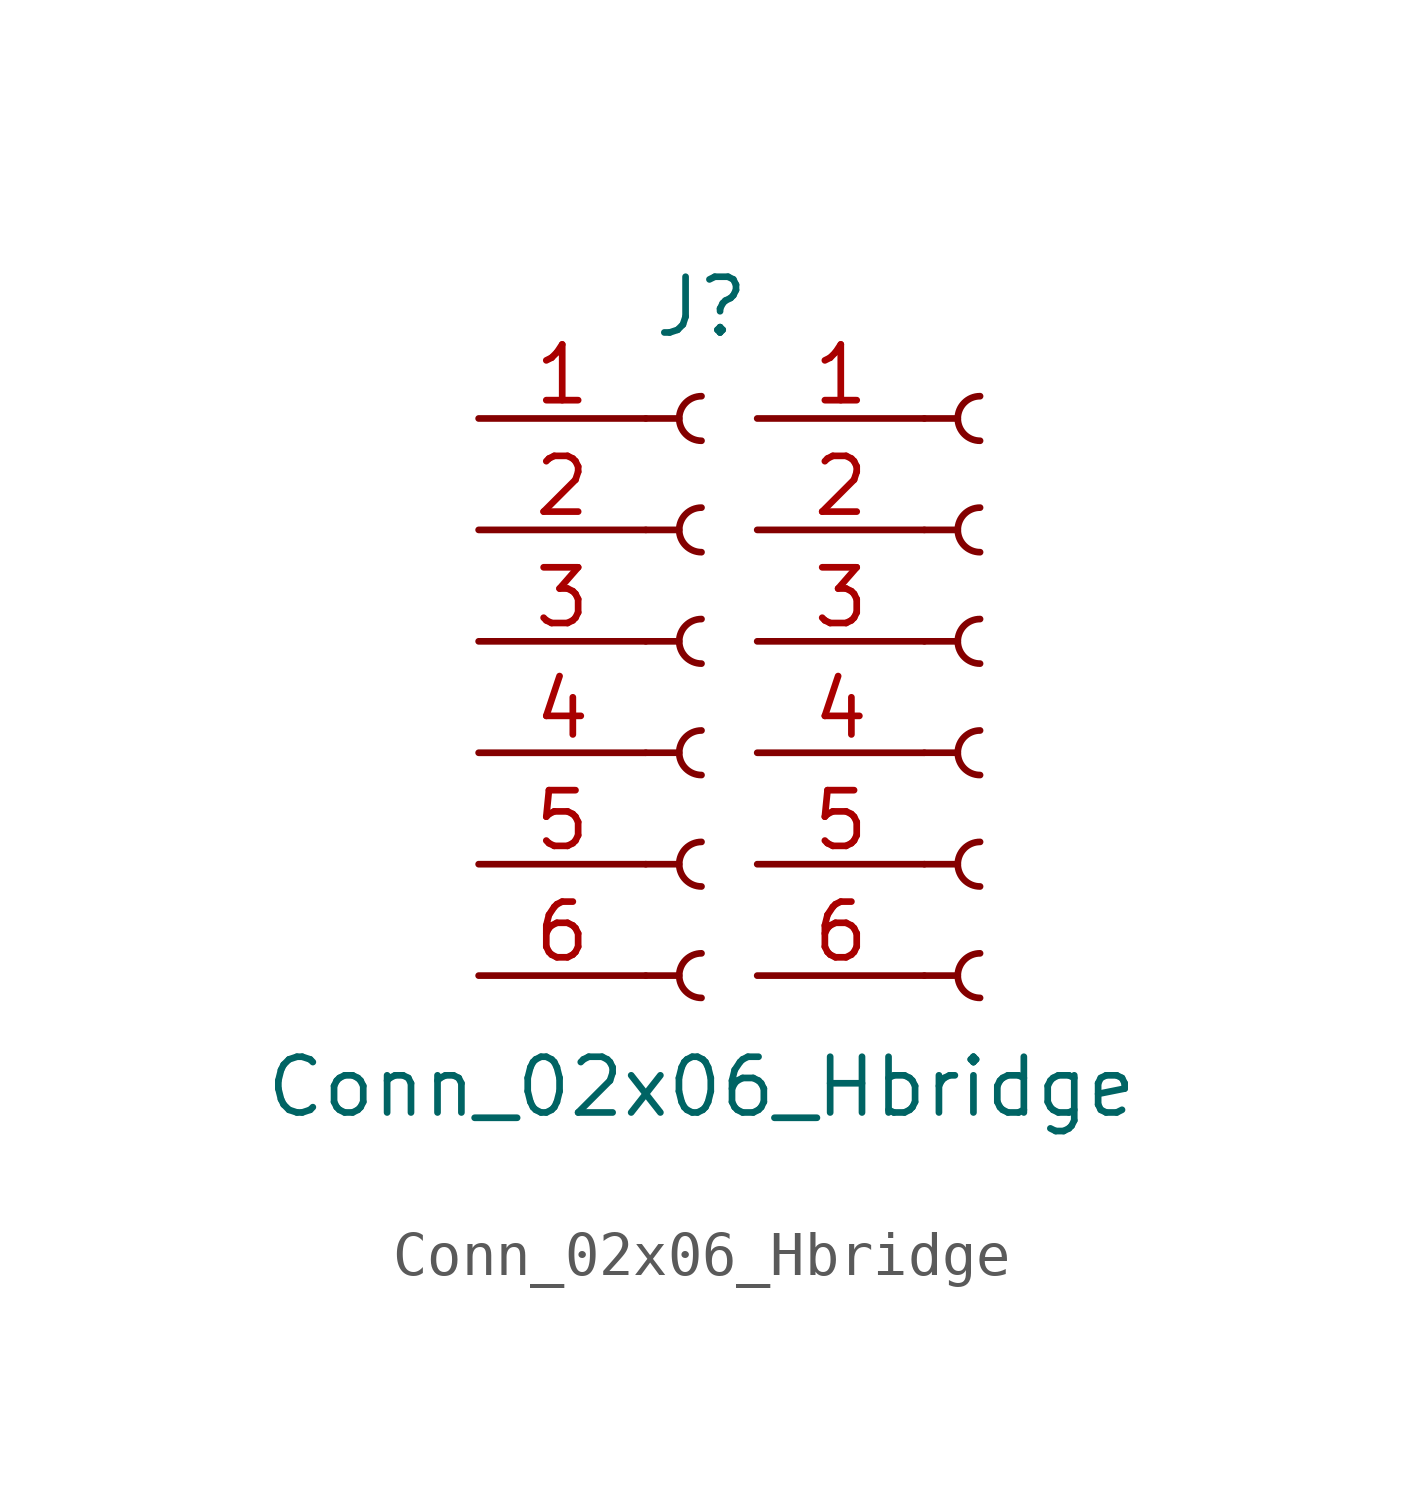
<source format=kicad_sym>
(kicad_symbol_lib
  (version 20211014)
  (generator kicad_symbol_editor)
  (symbol "Conn_02x06_Hbridge"
    (pin_names
      (offset 1.016) hide)
    (property "Reference" "J"
      (at 0 7.62 0)
      (effects (font (size 1.27 1.27))))
    (property "Value" "Conn_02x06_Hbridge"
      (at 0 -10.16 0)
      (effects (font (size 1.27 1.27))))
    (symbol "Conn_02x06_Hbridge_1_1"
      (arc (start 0 -7.112) (mid -0.508 -7.62) (end 0 -8.128) (stroke (width 0.1524) (type default) (color 0 0 0 0)) (fill (type none)))
      (arc (start 0 -4.572) (mid -0.508 -5.08) (end 0 -5.588) (stroke (width 0.1524) (type default) (color 0 0 0 0)) (fill (type none)))
      (arc (start 0 -2.032) (mid -0.508 -2.54) (end 0 -3.048) (stroke (width 0.1524) (type default) (color 0 0 0 0)) (fill (type none)))
      (polyline (pts (xy -1.27 -7.62) (xy -0.508 -7.62)) (stroke (width 0.152) (type default) (color 0 0 0 0)) (fill (type none)))
      (polyline (pts (xy -1.27 -5.08) (xy -0.508 -5.08)) (stroke (width 0.152) (type default) (color 0 0 0 0)) (fill (type none)))
      (polyline (pts (xy -1.27 -2.54) (xy -0.508 -2.54)) (stroke (width 0.152) (type default) (color 0 0 0 0)) (fill (type none)))
      (polyline (pts (xy -1.27 0) (xy -0.508 0)) (stroke (width 0.152) (type default) (color 0 0 0 0)) (fill (type none)))
      (polyline (pts (xy -1.27 2.54) (xy -0.508 2.54)) (stroke (width 0.152) (type default) (color 0 0 0 0)) (fill (type none)))
      (polyline (pts (xy -1.27 5.08) (xy -0.508 5.08)) (stroke (width 0.152) (type default) (color 0 0 0 0)) (fill (type none)))
      (polyline (pts (xy 5.08 -7.62) (xy 5.842 -7.62)) (stroke (width 0.152) (type default) (color 0 0 0 0)) (fill (type none)))
      (polyline (pts (xy 5.08 -5.08) (xy 5.842 -5.08)) (stroke (width 0.152) (type default) (color 0 0 0 0)) (fill (type none)))
      (polyline (pts (xy 5.08 -2.54) (xy 5.842 -2.54)) (stroke (width 0.152) (type default) (color 0 0 0 0)) (fill (type none)))
      (polyline (pts (xy 5.08 0) (xy 5.842 0)) (stroke (width 0.152) (type default) (color 0 0 0 0)) (fill (type none)))
      (polyline (pts (xy 5.08 2.54) (xy 5.842 2.54)) (stroke (width 0.152) (type default) (color 0 0 0 0)) (fill (type none)))
      (polyline (pts (xy 5.08 5.08) (xy 5.842 5.08)) (stroke (width 0.152) (type default) (color 0 0 0 0)) (fill (type none)))
      (arc (start 0 0.508) (mid -0.508 0) (end 0 -0.508) (stroke (width 0.1524) (type default) (color 0 0 0 0)) (fill (type none)))
      (arc (start 0 3.048) (mid -0.508 2.54) (end 0 2.032) (stroke (width 0.1524) (type default) (color 0 0 0 0)) (fill (type none)))
      (arc (start 0 5.588) (mid -0.508 5.08) (end 0 4.572) (stroke (width 0.1524) (type default) (color 0 0 0 0)) (fill (type none)))
      (arc (start 6.35 -7.112) (mid 5.842 -7.62) (end 6.35 -8.128) (stroke (width 0.1524) (type default) (color 0 0 0 0)) (fill (type none)))
      (arc (start 6.35 -4.572) (mid 5.842 -5.08) (end 6.35 -5.588) (stroke (width 0.1524) (type default) (color 0 0 0 0)) (fill (type none)))
      (arc (start 6.35 -2.032) (mid 5.842 -2.54) (end 6.35 -3.048) (stroke (width 0.1524) (type default) (color 0 0 0 0)) (fill (type none)))
      (arc (start 6.35 0.508) (mid 5.842 0) (end 6.35 -0.508) (stroke (width 0.1524) (type default) (color 0 0 0 0)) (fill (type none)))
      (arc (start 6.35 3.048) (mid 5.842 2.54) (end 6.35 2.032) (stroke (width 0.1524) (type default) (color 0 0 0 0)) (fill (type none)))
      (arc (start 6.35 5.588) (mid 5.842 5.08) (end 6.35 4.572) (stroke (width 0.1524) (type default) (color 0 0 0 0)) (fill (type none)))
      (pin passive line (at -5.08 5.08 0) (length 3.81) (name "Pin_1" (effects (font (size 1.27 1.27)))) (number "1" (effects (font (size 1.27 1.27)))))
      (pin passive line (at 1.27 5.08 0) (length 3.81) (name "Pin_1" (effects (font (size 1.27 1.27)))) (number "1" (effects (font (size 1.27 1.27)))))
      (pin passive line (at -5.08 2.54 0) (length 3.81) (name "Pin_2" (effects (font (size 1.27 1.27)))) (number "2" (effects (font (size 1.27 1.27)))))
      (pin passive line (at 1.27 2.54 0) (length 3.81) (name "Pin_2" (effects (font (size 1.27 1.27)))) (number "2" (effects (font (size 1.27 1.27)))))
      (pin passive line (at -5.08 0 0) (length 3.81) (name "Pin_3" (effects (font (size 1.27 1.27)))) (number "3" (effects (font (size 1.27 1.27)))))
      (pin passive line (at 1.27 0 0) (length 3.81) (name "Pin_3" (effects (font (size 1.27 1.27)))) (number "3" (effects (font (size 1.27 1.27)))))
      (pin passive line (at -5.08 -2.54 0) (length 3.81) (name "Pin_4" (effects (font (size 1.27 1.27)))) (number "4" (effects (font (size 1.27 1.27)))))
      (pin passive line (at 1.27 -2.54 0) (length 3.81) (name "Pin_4" (effects (font (size 1.27 1.27)))) (number "4" (effects (font (size 1.27 1.27)))))
      (pin passive line (at -5.08 -5.08 0) (length 3.81) (name "Pin_5" (effects (font (size 1.27 1.27)))) (number "5" (effects (font (size 1.27 1.27)))))
      (pin passive line (at 1.27 -5.08 0) (length 3.81) (name "Pin_5" (effects (font (size 1.27 1.27)))) (number "5" (effects (font (size 1.27 1.27)))))
      (pin passive line (at -5.08 -7.62 0) (length 3.81) (name "Pin_6" (effects (font (size 1.27 1.27)))) (number "6" (effects (font (size 1.27 1.27)))))
      (pin passive line (at 1.27 -7.62 0) (length 3.81) (name "Pin_6" (effects (font (size 1.27 1.27)))) (number "6" (effects (font (size 1.27 1.27))))))))
</source>
